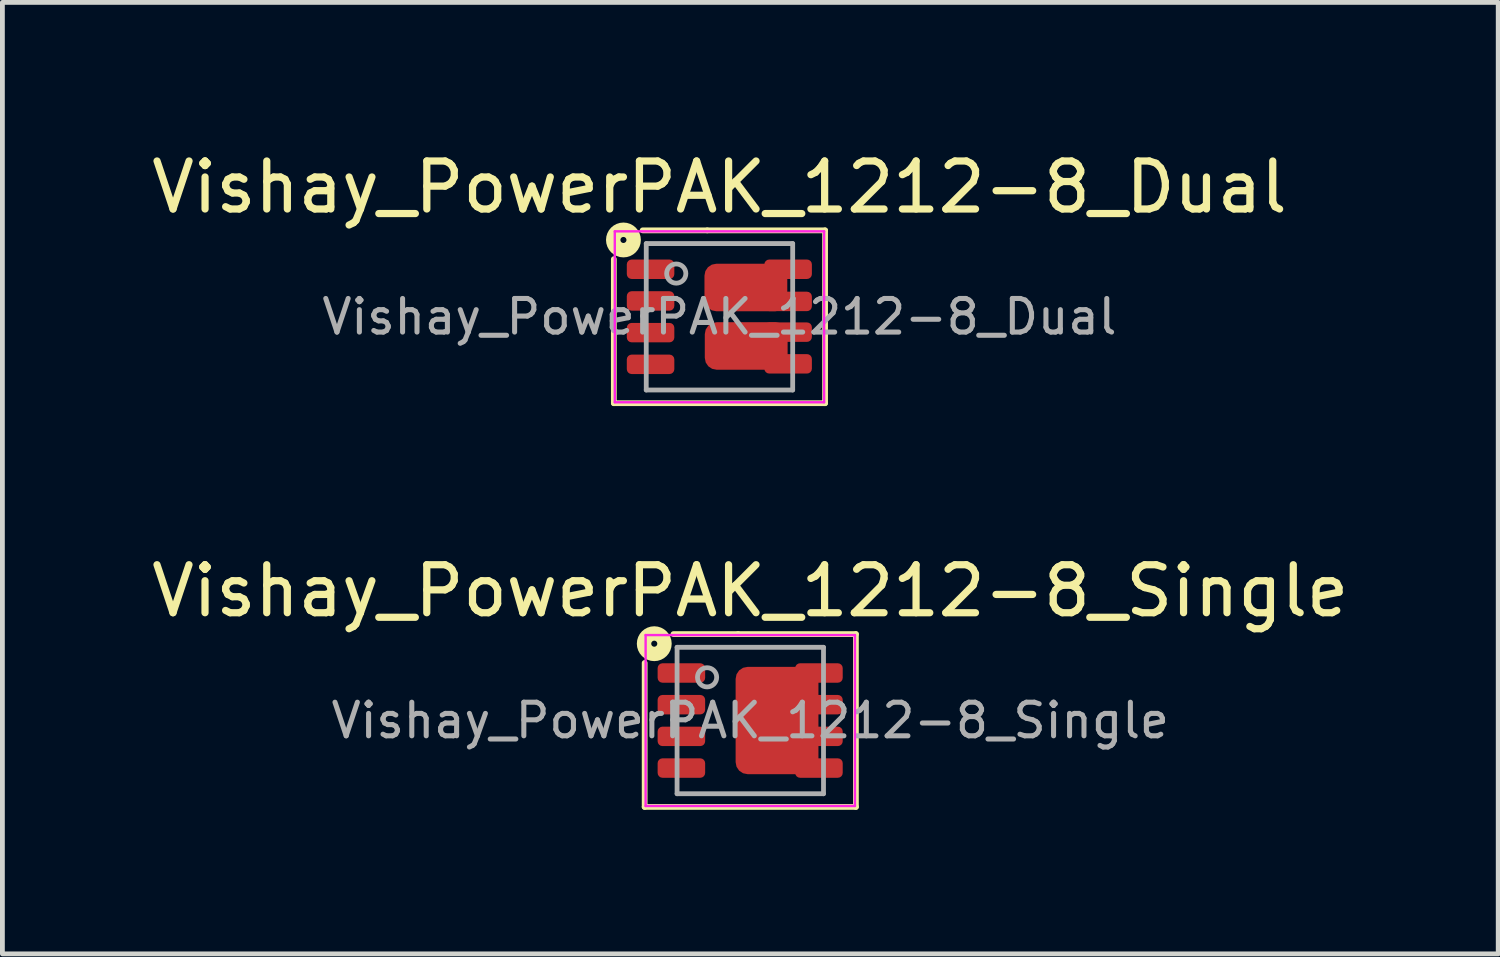
<source format=kicad_pcb>
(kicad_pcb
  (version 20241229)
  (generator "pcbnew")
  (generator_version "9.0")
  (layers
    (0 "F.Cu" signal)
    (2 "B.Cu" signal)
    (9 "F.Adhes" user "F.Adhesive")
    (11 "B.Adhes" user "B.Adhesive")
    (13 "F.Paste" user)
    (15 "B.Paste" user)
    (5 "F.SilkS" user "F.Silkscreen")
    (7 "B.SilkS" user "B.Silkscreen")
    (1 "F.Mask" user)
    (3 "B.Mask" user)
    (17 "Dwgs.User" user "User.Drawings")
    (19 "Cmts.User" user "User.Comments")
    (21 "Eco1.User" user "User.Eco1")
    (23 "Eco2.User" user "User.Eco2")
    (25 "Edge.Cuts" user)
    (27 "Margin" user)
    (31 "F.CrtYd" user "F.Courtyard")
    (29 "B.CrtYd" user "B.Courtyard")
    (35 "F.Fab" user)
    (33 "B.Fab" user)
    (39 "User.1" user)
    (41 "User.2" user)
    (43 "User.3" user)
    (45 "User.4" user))
  (footprint "Vishay_PowerPAK_1212-8_Dual"
    (layer "F.Cu")
    (at 11.935 3.548)
    (property "Reference" "Vishay_PowerPAK_1212-8_Dual" (at 0 -2.7 0) (layer "F.SilkS") (effects (font (size 1 1) (thickness 0.15))))
    (attr smd)
    (fp_line (start -2.2 1.8) (end -2.2 -1.2) (stroke (width 0.12) (type solid)) (layer "F.SilkS"))
    (fp_line (start -2.2 1.8) (end 2.2 1.8) (stroke (width 0.12) (type solid)) (layer "F.SilkS"))
    (fp_line (start -0.254 -1.8) (end -1.6 -1.8) (stroke (width 0.12) (type solid)) (layer "F.SilkS"))
    (fp_line (start 2.2 -1.8) (end -0.254 -1.8) (stroke (width 0.12) (type solid)) (layer "F.SilkS"))
    (fp_line (start 2.2 1.8) (end 2.2 -1.8) (stroke (width 0.12) (type solid)) (layer "F.SilkS"))
    (fp_circle (center -2 -1.6) (end -1.937 -1.6) (stroke (width 0.3) (type solid)) (fill no) (layer "F.SilkS"))
    (fp_line (start -2.18 -1.78) (end -2.18 1.78) (stroke (width 0.05) (type solid)) (layer "F.CrtYd"))
    (fp_line (start -2.18 -1.78) (end 2.18 -1.78) (stroke (width 0.05) (type solid)) (layer "F.CrtYd"))
    (fp_line (start -2.18 1.78) (end 2.18 1.78) (stroke (width 0.05) (type solid)) (layer "F.CrtYd"))
    (fp_line (start 2.18 -1.78) (end 2.18 1.78) (stroke (width 0.05) (type solid)) (layer "F.CrtYd"))
    (fp_line (start -1.525 -1.525) (end -1.525 1.525) (stroke (width 0.1) (type solid)) (layer "F.Fab"))
    (fp_line (start -1.525 -1.525) (end 1.525 -1.525) (stroke (width 0.1) (type solid)) (layer "F.Fab"))
    (fp_line (start -1.525 1.525) (end 1.525 1.525) (stroke (width 0.1) (type solid)) (layer "F.Fab"))
    (fp_line (start 1.525 -1.525) (end 1.525 1.525) (stroke (width 0.1) (type solid)) (layer "F.Fab"))
    (fp_circle (center -0.9 -0.9) (end -0.7 -0.9) (stroke (width 0.1) (type solid)) (fill no) (layer "F.Fab"))
    (fp_text user "${REFERENCE}" (at 0 0 0) (layer "F.Fab") (effects (font (size 0.7 0.7) (thickness 0.105))))
    (pad "" smd roundrect (at 0.2 0.6) (size 0.8 0.8) (layers "F.Paste") (roundrect_rratio 0.25))
    (pad "" smd roundrect (at 0.21 -0.61) (size 0.8 0.8) (layers "F.Paste") (roundrect_rratio 0.25))
    (pad "1" smd roundrect (at -1.435 -0.99) (size 0.99 0.405) (layers "F.Cu" "F.Mask" "F.Paste") (roundrect_rratio 0.25))
    (pad "2" smd roundrect (at -1.435 -0.33) (size 0.99 0.405) (layers "F.Cu" "F.Mask" "F.Paste") (roundrect_rratio 0.25))
    (pad "3" smd roundrect (at -1.435 0.33) (size 0.99 0.405) (layers "F.Cu" "F.Mask" "F.Paste") (roundrect_rratio 0.25))
    (pad "4" smd roundrect (at -1.435 0.99) (size 0.99 0.405) (layers "F.Cu" "F.Mask" "F.Paste") (roundrect_rratio 0.25))
    (pad "5" smd roundrect (at 0.557 0.608) (size 1.725 0.99) (layers "F.Cu" "F.Mask") (roundrect_rratio 0.25))
    (pad "5" smd roundrect (at 1.43 0.32) (size 0.99 0.405) (layers "F.Cu" "F.Mask" "F.Paste") (roundrect_rratio 0.25))
    (pad "5" smd roundrect (at 1.43 0.98) (size 0.99 0.405) (layers "F.Cu" "F.Mask" "F.Paste") (roundrect_rratio 0.25))
    (pad "6" smd roundrect (at 0.55 -0.61) (size 1.725 0.99) (layers "F.Cu" "F.Mask") (roundrect_rratio 0.25))
    (pad "6" smd roundrect (at 1.43 -0.99) (size 0.99 0.405) (layers "F.Cu" "F.Mask" "F.Paste") (roundrect_rratio 0.25))
    (pad "6" smd roundrect (at 1.43 -0.32) (size 0.99 0.405) (layers "F.Cu" "F.Mask" "F.Paste") (roundrect_rratio 0.25)))
  (footprint "Vishay_PowerPAK_1212-8_Single"
    (layer "F.Cu")
    (at 12.577 11.957)
    (property "Reference" "Vishay_PowerPAK_1212-8_Single" (at 0 -2.7 0) (layer "F.SilkS") (effects (font (size 1 1) (thickness 0.15))))
    (attr smd)
    (fp_line (start -2.2 1.8) (end -2.2 -1.2) (stroke (width 0.12) (type solid)) (layer "F.SilkS"))
    (fp_line (start -2.2 1.8) (end 2.2 1.8) (stroke (width 0.12) (type solid)) (layer "F.SilkS"))
    (fp_line (start -0.254 -1.8) (end -1.6 -1.8) (stroke (width 0.12) (type solid)) (layer "F.SilkS"))
    (fp_line (start 2.2 -1.8) (end -0.254 -1.8) (stroke (width 0.12) (type solid)) (layer "F.SilkS"))
    (fp_line (start 2.2 1.8) (end 2.2 -1.8) (stroke (width 0.12) (type solid)) (layer "F.SilkS"))
    (fp_circle (center -2 -1.6) (end -1.937 -1.6) (stroke (width 0.3) (type solid)) (fill no) (layer "F.SilkS"))
    (fp_line (start -2.18 -1.78) (end -2.18 1.78) (stroke (width 0.05) (type solid)) (layer "F.CrtYd"))
    (fp_line (start -2.18 -1.78) (end 2.18 -1.78) (stroke (width 0.05) (type solid)) (layer "F.CrtYd"))
    (fp_line (start -2.18 1.78) (end 2.18 1.78) (stroke (width 0.05) (type solid)) (layer "F.CrtYd"))
    (fp_line (start 2.18 -1.78) (end 2.18 1.78) (stroke (width 0.05) (type solid)) (layer "F.CrtYd"))
    (fp_line (start -1.525 -1.525) (end -1.525 1.525) (stroke (width 0.1) (type solid)) (layer "F.Fab"))
    (fp_line (start -1.525 -1.525) (end 1.525 -1.525) (stroke (width 0.1) (type solid)) (layer "F.Fab"))
    (fp_line (start -1.525 1.525) (end 1.525 1.525) (stroke (width 0.1) (type solid)) (layer "F.Fab"))
    (fp_line (start 1.525 -1.525) (end 1.525 1.525) (stroke (width 0.1) (type solid)) (layer "F.Fab"))
    (fp_circle (center -0.9 -0.9) (end -0.7 -0.9) (stroke (width 0.1) (type solid)) (fill no) (layer "F.Fab"))
    (fp_text user "${REFERENCE}" (at 0 0 0) (layer "F.Fab") (effects (font (size 0.7 0.7) (thickness 0.105))))
    (pad "" smd roundrect (at 0.19 0.61) (size 0.8 0.9) (layers "F.Paste") (roundrect_rratio 0.25))
    (pad "" smd roundrect (at 0.2 -0.6) (size 0.8 0.9) (layers "F.Paste") (roundrect_rratio 0.25))
    (pad "1" smd roundrect (at -1.435 -0.99) (size 0.99 0.405) (layers "F.Cu" "F.Mask" "F.Paste") (roundrect_rratio 0.25))
    (pad "2" smd roundrect (at -1.435 -0.33) (size 0.99 0.405) (layers "F.Cu" "F.Mask" "F.Paste") (roundrect_rratio 0.25))
    (pad "3" smd roundrect (at -1.435 0.33) (size 0.99 0.405) (layers "F.Cu" "F.Mask" "F.Paste") (roundrect_rratio 0.25))
    (pad "4" smd roundrect (at -1.435 0.99) (size 0.99 0.405) (layers "F.Cu" "F.Mask" "F.Paste") (roundrect_rratio 0.25))
    (pad "5" smd roundrect (at 0.557 0) (size 1.725 2.235) (layers "F.Cu" "F.Mask") (roundrect_rratio 0.145))
    (pad "5" smd roundrect (at 1.43 -0.99) (size 0.99 0.405) (layers "F.Cu" "F.Mask" "F.Paste") (roundrect_rratio 0.25))
    (pad "5" smd roundrect (at 1.43 -0.33) (size 0.99 0.405) (layers "F.Cu" "F.Mask" "F.Paste") (roundrect_rratio 0.25))
    (pad "5" smd roundrect (at 1.43 0.33) (size 0.99 0.405) (layers "F.Cu" "F.Mask" "F.Paste") (roundrect_rratio 0.25))
    (pad "5" smd roundrect (at 1.43 0.99) (size 0.99 0.405) (layers "F.Cu" "F.Mask" "F.Paste") (roundrect_rratio 0.25)))
  (gr_rect
    (start -3 -3)
    (end 28.155 16.817)
    (stroke (width 0.1) (type default))
    (fill no)
    (layer "Edge.Cuts")))
</source>
